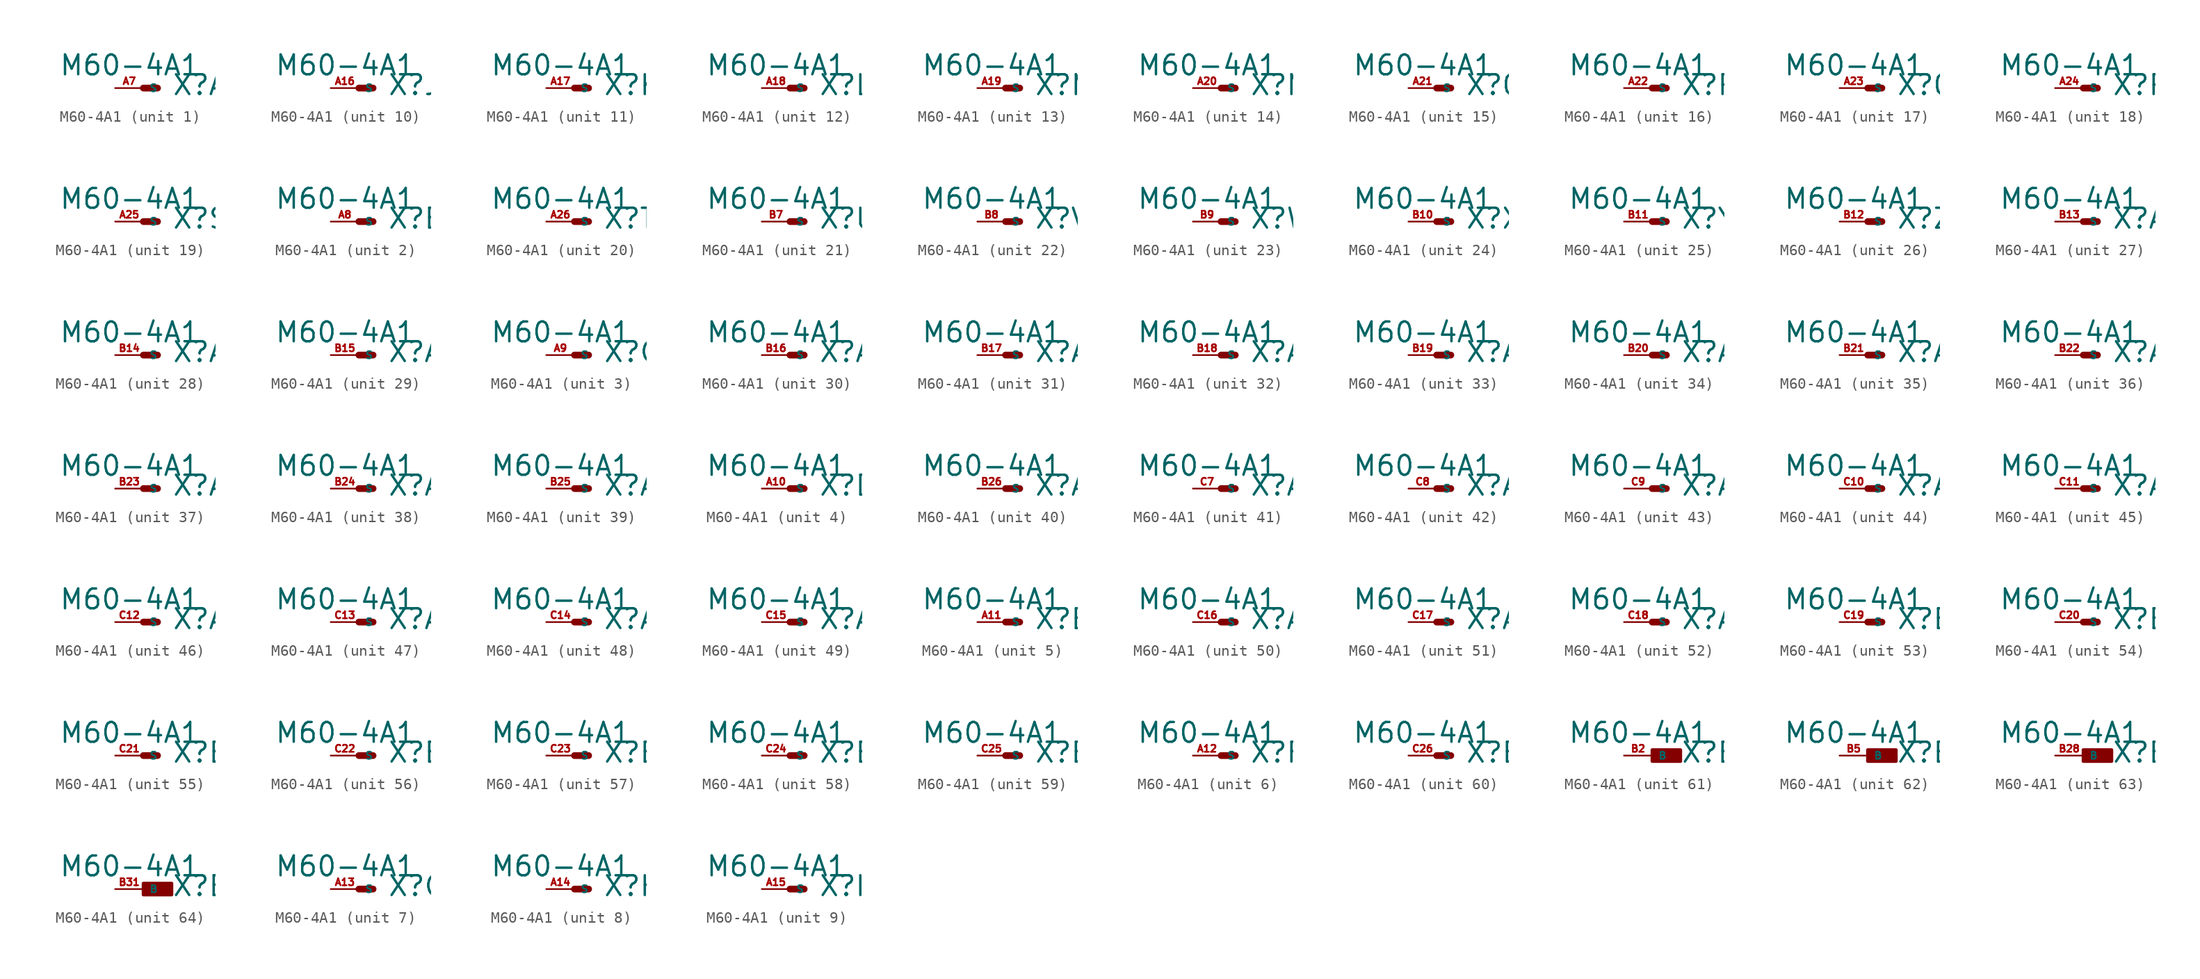
<source format=kicad_sym>
(kicad_symbol_lib
  (version 20220914)
  (generator Eagle2Kicad)
  (symbol "M60-4A1"
    (property "Reference" "X"
      (at 2.54 -0.762 0)
      (effects (font (size 1.778 1.778) (thickness 0.22)) (justify left bottom)))
    (property "Value" "M60-4A1"
      (at -7.62 1.016 0)
      (effects (font (size 1.778 1.778) (thickness 0.22)) (justify left bottom)))
    (symbol "M60-4A1_1_0"
      (polyline (pts (xy 0 0) (xy 1.27 0)) (stroke (width 0.61) (type default)) (fill (type none)))
      (pin passive line (at -2.54 0 0) (length 2.54) (name "S" (effects (font (size 0.635 0.635) (thickness 0.08)) (justify left bottom))) (number "A7" (effects (font (size 0.635 0.635) (thickness 0.08)) (justify left bottom)))))
    (symbol "M60-4A1_2_0"
      (polyline (pts (xy 0 0) (xy 1.27 0)) (stroke (width 0.61) (type default)) (fill (type none)))
      (pin passive line (at -2.54 0 0) (length 2.54) (name "S" (effects (font (size 0.635 0.635) (thickness 0.08)) (justify left bottom))) (number "A8" (effects (font (size 0.635 0.635) (thickness 0.08)) (justify left bottom)))))
    (symbol "M60-4A1_3_0"
      (polyline (pts (xy 0 0) (xy 1.27 0)) (stroke (width 0.61) (type default)) (fill (type none)))
      (pin passive line (at -2.54 0 0) (length 2.54) (name "S" (effects (font (size 0.635 0.635) (thickness 0.08)) (justify left bottom))) (number "A9" (effects (font (size 0.635 0.635) (thickness 0.08)) (justify left bottom)))))
    (symbol "M60-4A1_4_0"
      (polyline (pts (xy 0 0) (xy 1.27 0)) (stroke (width 0.61) (type default)) (fill (type none)))
      (pin passive line (at -2.54 0 0) (length 2.54) (name "S" (effects (font (size 0.635 0.635) (thickness 0.08)) (justify left bottom))) (number "A10" (effects (font (size 0.635 0.635) (thickness 0.08)) (justify left bottom)))))
    (symbol "M60-4A1_5_0"
      (polyline (pts (xy 0 0) (xy 1.27 0)) (stroke (width 0.61) (type default)) (fill (type none)))
      (pin passive line (at -2.54 0 0) (length 2.54) (name "S" (effects (font (size 0.635 0.635) (thickness 0.08)) (justify left bottom))) (number "A11" (effects (font (size 0.635 0.635) (thickness 0.08)) (justify left bottom)))))
    (symbol "M60-4A1_6_0"
      (polyline (pts (xy 0 0) (xy 1.27 0)) (stroke (width 0.61) (type default)) (fill (type none)))
      (pin passive line (at -2.54 0 0) (length 2.54) (name "S" (effects (font (size 0.635 0.635) (thickness 0.08)) (justify left bottom))) (number "A12" (effects (font (size 0.635 0.635) (thickness 0.08)) (justify left bottom)))))
    (symbol "M60-4A1_7_0"
      (polyline (pts (xy 0 0) (xy 1.27 0)) (stroke (width 0.61) (type default)) (fill (type none)))
      (pin passive line (at -2.54 0 0) (length 2.54) (name "S" (effects (font (size 0.635 0.635) (thickness 0.08)) (justify left bottom))) (number "A13" (effects (font (size 0.635 0.635) (thickness 0.08)) (justify left bottom)))))
    (symbol "M60-4A1_8_0"
      (polyline (pts (xy 0 0) (xy 1.27 0)) (stroke (width 0.61) (type default)) (fill (type none)))
      (pin passive line (at -2.54 0 0) (length 2.54) (name "S" (effects (font (size 0.635 0.635) (thickness 0.08)) (justify left bottom))) (number "A14" (effects (font (size 0.635 0.635) (thickness 0.08)) (justify left bottom)))))
    (symbol "M60-4A1_9_0"
      (polyline (pts (xy 0 0) (xy 1.27 0)) (stroke (width 0.61) (type default)) (fill (type none)))
      (pin passive line (at -2.54 0 0) (length 2.54) (name "S" (effects (font (size 0.635 0.635) (thickness 0.08)) (justify left bottom))) (number "A15" (effects (font (size 0.635 0.635) (thickness 0.08)) (justify left bottom)))))
    (symbol "M60-4A1_10_0"
      (polyline (pts (xy 0 0) (xy 1.27 0)) (stroke (width 0.61) (type default)) (fill (type none)))
      (pin passive line (at -2.54 0 0) (length 2.54) (name "S" (effects (font (size 0.635 0.635) (thickness 0.08)) (justify left bottom))) (number "A16" (effects (font (size 0.635 0.635) (thickness 0.08)) (justify left bottom)))))
    (symbol "M60-4A1_11_0"
      (polyline (pts (xy 0 0) (xy 1.27 0)) (stroke (width 0.61) (type default)) (fill (type none)))
      (pin passive line (at -2.54 0 0) (length 2.54) (name "S" (effects (font (size 0.635 0.635) (thickness 0.08)) (justify left bottom))) (number "A17" (effects (font (size 0.635 0.635) (thickness 0.08)) (justify left bottom)))))
    (symbol "M60-4A1_12_0"
      (polyline (pts (xy 0 0) (xy 1.27 0)) (stroke (width 0.61) (type default)) (fill (type none)))
      (pin passive line (at -2.54 0 0) (length 2.54) (name "S" (effects (font (size 0.635 0.635) (thickness 0.08)) (justify left bottom))) (number "A18" (effects (font (size 0.635 0.635) (thickness 0.08)) (justify left bottom)))))
    (symbol "M60-4A1_13_0"
      (polyline (pts (xy 0 0) (xy 1.27 0)) (stroke (width 0.61) (type default)) (fill (type none)))
      (pin passive line (at -2.54 0 0) (length 2.54) (name "S" (effects (font (size 0.635 0.635) (thickness 0.08)) (justify left bottom))) (number "A19" (effects (font (size 0.635 0.635) (thickness 0.08)) (justify left bottom)))))
    (symbol "M60-4A1_14_0"
      (polyline (pts (xy 0 0) (xy 1.27 0)) (stroke (width 0.61) (type default)) (fill (type none)))
      (pin passive line (at -2.54 0 0) (length 2.54) (name "S" (effects (font (size 0.635 0.635) (thickness 0.08)) (justify left bottom))) (number "A20" (effects (font (size 0.635 0.635) (thickness 0.08)) (justify left bottom)))))
    (symbol "M60-4A1_15_0"
      (polyline (pts (xy 0 0) (xy 1.27 0)) (stroke (width 0.61) (type default)) (fill (type none)))
      (pin passive line (at -2.54 0 0) (length 2.54) (name "S" (effects (font (size 0.635 0.635) (thickness 0.08)) (justify left bottom))) (number "A21" (effects (font (size 0.635 0.635) (thickness 0.08)) (justify left bottom)))))
    (symbol "M60-4A1_16_0"
      (polyline (pts (xy 0 0) (xy 1.27 0)) (stroke (width 0.61) (type default)) (fill (type none)))
      (pin passive line (at -2.54 0 0) (length 2.54) (name "S" (effects (font (size 0.635 0.635) (thickness 0.08)) (justify left bottom))) (number "A22" (effects (font (size 0.635 0.635) (thickness 0.08)) (justify left bottom)))))
    (symbol "M60-4A1_17_0"
      (polyline (pts (xy 0 0) (xy 1.27 0)) (stroke (width 0.61) (type default)) (fill (type none)))
      (pin passive line (at -2.54 0 0) (length 2.54) (name "S" (effects (font (size 0.635 0.635) (thickness 0.08)) (justify left bottom))) (number "A23" (effects (font (size 0.635 0.635) (thickness 0.08)) (justify left bottom)))))
    (symbol "M60-4A1_18_0"
      (polyline (pts (xy 0 0) (xy 1.27 0)) (stroke (width 0.61) (type default)) (fill (type none)))
      (pin passive line (at -2.54 0 0) (length 2.54) (name "S" (effects (font (size 0.635 0.635) (thickness 0.08)) (justify left bottom))) (number "A24" (effects (font (size 0.635 0.635) (thickness 0.08)) (justify left bottom)))))
    (symbol "M60-4A1_19_0"
      (polyline (pts (xy 0 0) (xy 1.27 0)) (stroke (width 0.61) (type default)) (fill (type none)))
      (pin passive line (at -2.54 0 0) (length 2.54) (name "S" (effects (font (size 0.635 0.635) (thickness 0.08)) (justify left bottom))) (number "A25" (effects (font (size 0.635 0.635) (thickness 0.08)) (justify left bottom)))))
    (symbol "M60-4A1_20_0"
      (polyline (pts (xy 0 0) (xy 1.27 0)) (stroke (width 0.61) (type default)) (fill (type none)))
      (pin passive line (at -2.54 0 0) (length 2.54) (name "S" (effects (font (size 0.635 0.635) (thickness 0.08)) (justify left bottom))) (number "A26" (effects (font (size 0.635 0.635) (thickness 0.08)) (justify left bottom)))))
    (symbol "M60-4A1_21_0"
      (polyline (pts (xy 0 0) (xy 1.27 0)) (stroke (width 0.61) (type default)) (fill (type none)))
      (pin passive line (at -2.54 0 0) (length 2.54) (name "S" (effects (font (size 0.635 0.635) (thickness 0.08)) (justify left bottom))) (number "B7" (effects (font (size 0.635 0.635) (thickness 0.08)) (justify left bottom)))))
    (symbol "M60-4A1_22_0"
      (polyline (pts (xy 0 0) (xy 1.27 0)) (stroke (width 0.61) (type default)) (fill (type none)))
      (pin passive line (at -2.54 0 0) (length 2.54) (name "S" (effects (font (size 0.635 0.635) (thickness 0.08)) (justify left bottom))) (number "B8" (effects (font (size 0.635 0.635) (thickness 0.08)) (justify left bottom)))))
    (symbol "M60-4A1_23_0"
      (polyline (pts (xy 0 0) (xy 1.27 0)) (stroke (width 0.61) (type default)) (fill (type none)))
      (pin passive line (at -2.54 0 0) (length 2.54) (name "S" (effects (font (size 0.635 0.635) (thickness 0.08)) (justify left bottom))) (number "B9" (effects (font (size 0.635 0.635) (thickness 0.08)) (justify left bottom)))))
    (symbol "M60-4A1_24_0"
      (polyline (pts (xy 0 0) (xy 1.27 0)) (stroke (width 0.61) (type default)) (fill (type none)))
      (pin passive line (at -2.54 0 0) (length 2.54) (name "S" (effects (font (size 0.635 0.635) (thickness 0.08)) (justify left bottom))) (number "B10" (effects (font (size 0.635 0.635) (thickness 0.08)) (justify left bottom)))))
    (symbol "M60-4A1_25_0"
      (polyline (pts (xy 0 0) (xy 1.27 0)) (stroke (width 0.61) (type default)) (fill (type none)))
      (pin passive line (at -2.54 0 0) (length 2.54) (name "S" (effects (font (size 0.635 0.635) (thickness 0.08)) (justify left bottom))) (number "B11" (effects (font (size 0.635 0.635) (thickness 0.08)) (justify left bottom)))))
    (symbol "M60-4A1_26_0"
      (polyline (pts (xy 0 0) (xy 1.27 0)) (stroke (width 0.61) (type default)) (fill (type none)))
      (pin passive line (at -2.54 0 0) (length 2.54) (name "S" (effects (font (size 0.635 0.635) (thickness 0.08)) (justify left bottom))) (number "B12" (effects (font (size 0.635 0.635) (thickness 0.08)) (justify left bottom)))))
    (symbol "M60-4A1_27_0"
      (polyline (pts (xy 0 0) (xy 1.27 0)) (stroke (width 0.61) (type default)) (fill (type none)))
      (pin passive line (at -2.54 0 0) (length 2.54) (name "S" (effects (font (size 0.635 0.635) (thickness 0.08)) (justify left bottom))) (number "B13" (effects (font (size 0.635 0.635) (thickness 0.08)) (justify left bottom)))))
    (symbol "M60-4A1_28_0"
      (polyline (pts (xy 0 0) (xy 1.27 0)) (stroke (width 0.61) (type default)) (fill (type none)))
      (pin passive line (at -2.54 0 0) (length 2.54) (name "S" (effects (font (size 0.635 0.635) (thickness 0.08)) (justify left bottom))) (number "B14" (effects (font (size 0.635 0.635) (thickness 0.08)) (justify left bottom)))))
    (symbol "M60-4A1_29_0"
      (polyline (pts (xy 0 0) (xy 1.27 0)) (stroke (width 0.61) (type default)) (fill (type none)))
      (pin passive line (at -2.54 0 0) (length 2.54) (name "S" (effects (font (size 0.635 0.635) (thickness 0.08)) (justify left bottom))) (number "B15" (effects (font (size 0.635 0.635) (thickness 0.08)) (justify left bottom)))))
    (symbol "M60-4A1_30_0"
      (polyline (pts (xy 0 0) (xy 1.27 0)) (stroke (width 0.61) (type default)) (fill (type none)))
      (pin passive line (at -2.54 0 0) (length 2.54) (name "S" (effects (font (size 0.635 0.635) (thickness 0.08)) (justify left bottom))) (number "B16" (effects (font (size 0.635 0.635) (thickness 0.08)) (justify left bottom)))))
    (symbol "M60-4A1_31_0"
      (polyline (pts (xy 0 0) (xy 1.27 0)) (stroke (width 0.61) (type default)) (fill (type none)))
      (pin passive line (at -2.54 0 0) (length 2.54) (name "S" (effects (font (size 0.635 0.635) (thickness 0.08)) (justify left bottom))) (number "B17" (effects (font (size 0.635 0.635) (thickness 0.08)) (justify left bottom)))))
    (symbol "M60-4A1_32_0"
      (polyline (pts (xy 0 0) (xy 1.27 0)) (stroke (width 0.61) (type default)) (fill (type none)))
      (pin passive line (at -2.54 0 0) (length 2.54) (name "S" (effects (font (size 0.635 0.635) (thickness 0.08)) (justify left bottom))) (number "B18" (effects (font (size 0.635 0.635) (thickness 0.08)) (justify left bottom)))))
    (symbol "M60-4A1_33_0"
      (polyline (pts (xy 0 0) (xy 1.27 0)) (stroke (width 0.61) (type default)) (fill (type none)))
      (pin passive line (at -2.54 0 0) (length 2.54) (name "S" (effects (font (size 0.635 0.635) (thickness 0.08)) (justify left bottom))) (number "B19" (effects (font (size 0.635 0.635) (thickness 0.08)) (justify left bottom)))))
    (symbol "M60-4A1_34_0"
      (polyline (pts (xy 0 0) (xy 1.27 0)) (stroke (width 0.61) (type default)) (fill (type none)))
      (pin passive line (at -2.54 0 0) (length 2.54) (name "S" (effects (font (size 0.635 0.635) (thickness 0.08)) (justify left bottom))) (number "B20" (effects (font (size 0.635 0.635) (thickness 0.08)) (justify left bottom)))))
    (symbol "M60-4A1_35_0"
      (polyline (pts (xy 0 0) (xy 1.27 0)) (stroke (width 0.61) (type default)) (fill (type none)))
      (pin passive line (at -2.54 0 0) (length 2.54) (name "S" (effects (font (size 0.635 0.635) (thickness 0.08)) (justify left bottom))) (number "B21" (effects (font (size 0.635 0.635) (thickness 0.08)) (justify left bottom)))))
    (symbol "M60-4A1_36_0"
      (polyline (pts (xy 0 0) (xy 1.27 0)) (stroke (width 0.61) (type default)) (fill (type none)))
      (pin passive line (at -2.54 0 0) (length 2.54) (name "S" (effects (font (size 0.635 0.635) (thickness 0.08)) (justify left bottom))) (number "B22" (effects (font (size 0.635 0.635) (thickness 0.08)) (justify left bottom)))))
    (symbol "M60-4A1_37_0"
      (polyline (pts (xy 0 0) (xy 1.27 0)) (stroke (width 0.61) (type default)) (fill (type none)))
      (pin passive line (at -2.54 0 0) (length 2.54) (name "S" (effects (font (size 0.635 0.635) (thickness 0.08)) (justify left bottom))) (number "B23" (effects (font (size 0.635 0.635) (thickness 0.08)) (justify left bottom)))))
    (symbol "M60-4A1_38_0"
      (polyline (pts (xy 0 0) (xy 1.27 0)) (stroke (width 0.61) (type default)) (fill (type none)))
      (pin passive line (at -2.54 0 0) (length 2.54) (name "S" (effects (font (size 0.635 0.635) (thickness 0.08)) (justify left bottom))) (number "B24" (effects (font (size 0.635 0.635) (thickness 0.08)) (justify left bottom)))))
    (symbol "M60-4A1_39_0"
      (polyline (pts (xy 0 0) (xy 1.27 0)) (stroke (width 0.61) (type default)) (fill (type none)))
      (pin passive line (at -2.54 0 0) (length 2.54) (name "S" (effects (font (size 0.635 0.635) (thickness 0.08)) (justify left bottom))) (number "B25" (effects (font (size 0.635 0.635) (thickness 0.08)) (justify left bottom)))))
    (symbol "M60-4A1_40_0"
      (polyline (pts (xy 0 0) (xy 1.27 0)) (stroke (width 0.61) (type default)) (fill (type none)))
      (pin passive line (at -2.54 0 0) (length 2.54) (name "S" (effects (font (size 0.635 0.635) (thickness 0.08)) (justify left bottom))) (number "B26" (effects (font (size 0.635 0.635) (thickness 0.08)) (justify left bottom)))))
    (symbol "M60-4A1_41_0"
      (polyline (pts (xy 0 0) (xy 1.27 0)) (stroke (width 0.61) (type default)) (fill (type none)))
      (pin passive line (at -2.54 0 0) (length 2.54) (name "S" (effects (font (size 0.635 0.635) (thickness 0.08)) (justify left bottom))) (number "C7" (effects (font (size 0.635 0.635) (thickness 0.08)) (justify left bottom)))))
    (symbol "M60-4A1_42_0"
      (polyline (pts (xy 0 0) (xy 1.27 0)) (stroke (width 0.61) (type default)) (fill (type none)))
      (pin passive line (at -2.54 0 0) (length 2.54) (name "S" (effects (font (size 0.635 0.635) (thickness 0.08)) (justify left bottom))) (number "C8" (effects (font (size 0.635 0.635) (thickness 0.08)) (justify left bottom)))))
    (symbol "M60-4A1_43_0"
      (polyline (pts (xy 0 0) (xy 1.27 0)) (stroke (width 0.61) (type default)) (fill (type none)))
      (pin passive line (at -2.54 0 0) (length 2.54) (name "S" (effects (font (size 0.635 0.635) (thickness 0.08)) (justify left bottom))) (number "C9" (effects (font (size 0.635 0.635) (thickness 0.08)) (justify left bottom)))))
    (symbol "M60-4A1_44_0"
      (polyline (pts (xy 0 0) (xy 1.27 0)) (stroke (width 0.61) (type default)) (fill (type none)))
      (pin passive line (at -2.54 0 0) (length 2.54) (name "S" (effects (font (size 0.635 0.635) (thickness 0.08)) (justify left bottom))) (number "C10" (effects (font (size 0.635 0.635) (thickness 0.08)) (justify left bottom)))))
    (symbol "M60-4A1_45_0"
      (polyline (pts (xy 0 0) (xy 1.27 0)) (stroke (width 0.61) (type default)) (fill (type none)))
      (pin passive line (at -2.54 0 0) (length 2.54) (name "S" (effects (font (size 0.635 0.635) (thickness 0.08)) (justify left bottom))) (number "C11" (effects (font (size 0.635 0.635) (thickness 0.08)) (justify left bottom)))))
    (symbol "M60-4A1_46_0"
      (polyline (pts (xy 0 0) (xy 1.27 0)) (stroke (width 0.61) (type default)) (fill (type none)))
      (pin passive line (at -2.54 0 0) (length 2.54) (name "S" (effects (font (size 0.635 0.635) (thickness 0.08)) (justify left bottom))) (number "C12" (effects (font (size 0.635 0.635) (thickness 0.08)) (justify left bottom)))))
    (symbol "M60-4A1_47_0"
      (polyline (pts (xy 0 0) (xy 1.27 0)) (stroke (width 0.61) (type default)) (fill (type none)))
      (pin passive line (at -2.54 0 0) (length 2.54) (name "S" (effects (font (size 0.635 0.635) (thickness 0.08)) (justify left bottom))) (number "C13" (effects (font (size 0.635 0.635) (thickness 0.08)) (justify left bottom)))))
    (symbol "M60-4A1_48_0"
      (polyline (pts (xy 0 0) (xy 1.27 0)) (stroke (width 0.61) (type default)) (fill (type none)))
      (pin passive line (at -2.54 0 0) (length 2.54) (name "S" (effects (font (size 0.635 0.635) (thickness 0.08)) (justify left bottom))) (number "C14" (effects (font (size 0.635 0.635) (thickness 0.08)) (justify left bottom)))))
    (symbol "M60-4A1_49_0"
      (polyline (pts (xy 0 0) (xy 1.27 0)) (stroke (width 0.61) (type default)) (fill (type none)))
      (pin passive line (at -2.54 0 0) (length 2.54) (name "S" (effects (font (size 0.635 0.635) (thickness 0.08)) (justify left bottom))) (number "C15" (effects (font (size 0.635 0.635) (thickness 0.08)) (justify left bottom)))))
    (symbol "M60-4A1_50_0"
      (polyline (pts (xy 0 0) (xy 1.27 0)) (stroke (width 0.61) (type default)) (fill (type none)))
      (pin passive line (at -2.54 0 0) (length 2.54) (name "S" (effects (font (size 0.635 0.635) (thickness 0.08)) (justify left bottom))) (number "C16" (effects (font (size 0.635 0.635) (thickness 0.08)) (justify left bottom)))))
    (symbol "M60-4A1_51_0"
      (polyline (pts (xy 0 0) (xy 1.27 0)) (stroke (width 0.61) (type default)) (fill (type none)))
      (pin passive line (at -2.54 0 0) (length 2.54) (name "S" (effects (font (size 0.635 0.635) (thickness 0.08)) (justify left bottom))) (number "C17" (effects (font (size 0.635 0.635) (thickness 0.08)) (justify left bottom)))))
    (symbol "M60-4A1_52_0"
      (polyline (pts (xy 0 0) (xy 1.27 0)) (stroke (width 0.61) (type default)) (fill (type none)))
      (pin passive line (at -2.54 0 0) (length 2.54) (name "S" (effects (font (size 0.635 0.635) (thickness 0.08)) (justify left bottom))) (number "C18" (effects (font (size 0.635 0.635) (thickness 0.08)) (justify left bottom)))))
    (symbol "M60-4A1_53_0"
      (polyline (pts (xy 0 0) (xy 1.27 0)) (stroke (width 0.61) (type default)) (fill (type none)))
      (pin passive line (at -2.54 0 0) (length 2.54) (name "S" (effects (font (size 0.635 0.635) (thickness 0.08)) (justify left bottom))) (number "C19" (effects (font (size 0.635 0.635) (thickness 0.08)) (justify left bottom)))))
    (symbol "M60-4A1_54_0"
      (polyline (pts (xy 0 0) (xy 1.27 0)) (stroke (width 0.61) (type default)) (fill (type none)))
      (pin passive line (at -2.54 0 0) (length 2.54) (name "S" (effects (font (size 0.635 0.635) (thickness 0.08)) (justify left bottom))) (number "C20" (effects (font (size 0.635 0.635) (thickness 0.08)) (justify left bottom)))))
    (symbol "M60-4A1_55_0"
      (polyline (pts (xy 0 0) (xy 1.27 0)) (stroke (width 0.61) (type default)) (fill (type none)))
      (pin passive line (at -2.54 0 0) (length 2.54) (name "S" (effects (font (size 0.635 0.635) (thickness 0.08)) (justify left bottom))) (number "C21" (effects (font (size 0.635 0.635) (thickness 0.08)) (justify left bottom)))))
    (symbol "M60-4A1_56_0"
      (polyline (pts (xy 0 0) (xy 1.27 0)) (stroke (width 0.61) (type default)) (fill (type none)))
      (pin passive line (at -2.54 0 0) (length 2.54) (name "S" (effects (font (size 0.635 0.635) (thickness 0.08)) (justify left bottom))) (number "C22" (effects (font (size 0.635 0.635) (thickness 0.08)) (justify left bottom)))))
    (symbol "M60-4A1_57_0"
      (polyline (pts (xy 0 0) (xy 1.27 0)) (stroke (width 0.61) (type default)) (fill (type none)))
      (pin passive line (at -2.54 0 0) (length 2.54) (name "S" (effects (font (size 0.635 0.635) (thickness 0.08)) (justify left bottom))) (number "C23" (effects (font (size 0.635 0.635) (thickness 0.08)) (justify left bottom)))))
    (symbol "M60-4A1_58_0"
      (polyline (pts (xy 0 0) (xy 1.27 0)) (stroke (width 0.61) (type default)) (fill (type none)))
      (pin passive line (at -2.54 0 0) (length 2.54) (name "S" (effects (font (size 0.635 0.635) (thickness 0.08)) (justify left bottom))) (number "C24" (effects (font (size 0.635 0.635) (thickness 0.08)) (justify left bottom)))))
    (symbol "M60-4A1_59_0"
      (polyline (pts (xy 0 0) (xy 1.27 0)) (stroke (width 0.61) (type default)) (fill (type none)))
      (pin passive line (at -2.54 0 0) (length 2.54) (name "S" (effects (font (size 0.635 0.635) (thickness 0.08)) (justify left bottom))) (number "C25" (effects (font (size 0.635 0.635) (thickness 0.08)) (justify left bottom)))))
    (symbol "M60-4A1_60_0"
      (polyline (pts (xy 0 0) (xy 1.27 0)) (stroke (width 0.61) (type default)) (fill (type none)))
      (pin passive line (at -2.54 0 0) (length 2.54) (name "S" (effects (font (size 0.635 0.635) (thickness 0.08)) (justify left bottom))) (number "C26" (effects (font (size 0.635 0.635) (thickness 0.08)) (justify left bottom)))))
    (symbol "M60-4A1_61_0"
      (rectangle (start 0 -0.508) (end 2.54 0.508) (stroke (width 0.3) (type default)) (fill (type outline)))
      (pin passive line (at -2.54 0 0) (length 2.54) (name "B" (effects (font (size 0.635 0.635) (thickness 0.08)) (justify left bottom))) (number "B2" (effects (font (size 0.635 0.635) (thickness 0.08)) (justify left bottom)))))
    (symbol "M60-4A1_62_0"
      (rectangle (start 0 -0.508) (end 2.54 0.508) (stroke (width 0.3) (type default)) (fill (type outline)))
      (pin passive line (at -2.54 0 0) (length 2.54) (name "B" (effects (font (size 0.635 0.635) (thickness 0.08)) (justify left bottom))) (number "B5" (effects (font (size 0.635 0.635) (thickness 0.08)) (justify left bottom)))))
    (symbol "M60-4A1_63_0"
      (rectangle (start 0 -0.508) (end 2.54 0.508) (stroke (width 0.3) (type default)) (fill (type outline)))
      (pin passive line (at -2.54 0 0) (length 2.54) (name "B" (effects (font (size 0.635 0.635) (thickness 0.08)) (justify left bottom))) (number "B28" (effects (font (size 0.635 0.635) (thickness 0.08)) (justify left bottom)))))
    (symbol "M60-4A1_64_0"
      (rectangle (start 0 -0.508) (end 2.54 0.508) (stroke (width 0.3) (type default)) (fill (type outline)))
      (pin passive line (at -2.54 0 0) (length 2.54) (name "B" (effects (font (size 0.635 0.635) (thickness 0.08)) (justify left bottom))) (number "B31" (effects (font (size 0.635 0.635) (thickness 0.08)) (justify left bottom)))))))
</source>
